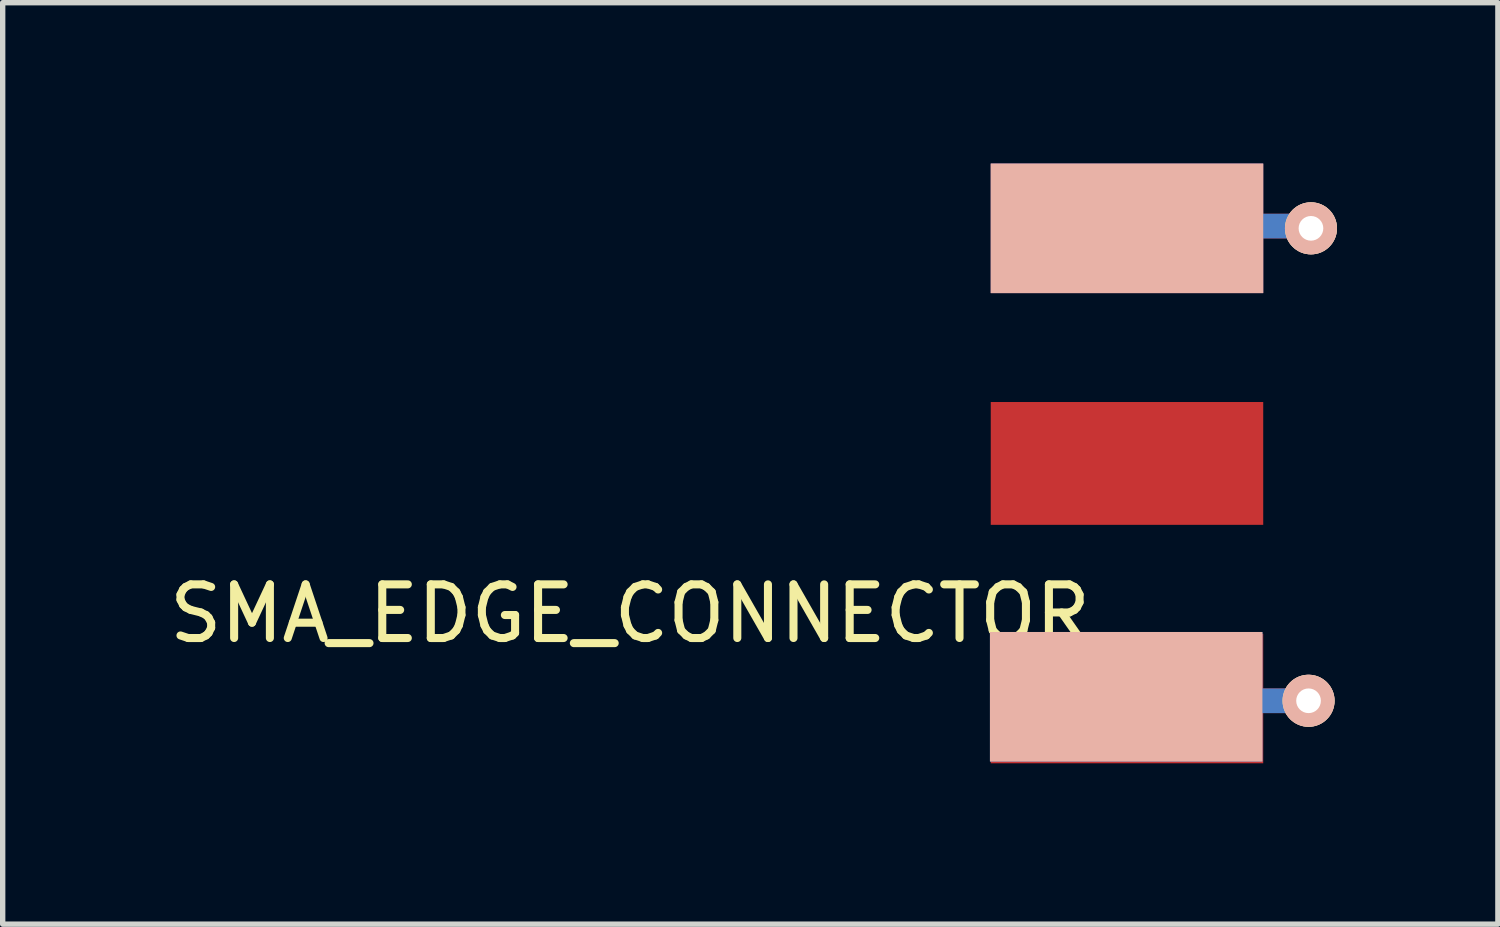
<source format=kicad_pcb>
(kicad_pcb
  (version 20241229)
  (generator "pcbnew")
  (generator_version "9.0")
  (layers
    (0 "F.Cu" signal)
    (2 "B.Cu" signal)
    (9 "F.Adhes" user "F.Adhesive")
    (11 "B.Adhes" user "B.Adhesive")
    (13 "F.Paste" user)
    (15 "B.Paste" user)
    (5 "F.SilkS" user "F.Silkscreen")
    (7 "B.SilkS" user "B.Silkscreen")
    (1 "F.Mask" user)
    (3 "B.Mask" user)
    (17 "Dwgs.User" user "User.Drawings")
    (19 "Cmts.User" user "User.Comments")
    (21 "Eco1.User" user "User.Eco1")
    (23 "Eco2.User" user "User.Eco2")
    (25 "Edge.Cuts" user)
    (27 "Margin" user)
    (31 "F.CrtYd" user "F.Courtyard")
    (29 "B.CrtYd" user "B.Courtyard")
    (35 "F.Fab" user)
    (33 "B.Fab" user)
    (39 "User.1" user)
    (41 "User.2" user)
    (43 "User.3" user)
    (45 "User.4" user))
  (footprint "SMA_EDGE_CONNECTOR"
    (layer "F.Cu")
    (at 15.421 5.59)
    (property "Reference" "SMA_EDGE_CONNECTOR" (at -6.725 2.8 0) (layer "F.SilkS") (effects (font (size 1 1) (thickness 0.15))))
    (attr through_hole)
    (pad "1" smd rect (at 2.54 0) (size 5.08 2.29) (layers "F.Cu" "F.Mask" "F.Paste"))
    (pad "2" smd rect (at 2.525 4.35) (size 5.08 2.415) (layers "B.Cu" "B.SilkS" "B.Adhes"))
    (pad "2" smd rect (at 2.54 -4.383) (size 5.08 2.415) (layers "F.Cu" "F.Mask" "F.Paste"))
    (pad "2" smd rect (at 2.54 -4.383) (size 5.08 2.415) (layers "B.Cu" "B.SilkS" "B.Adhes"))
    (pad "2" smd rect (at 2.54 4.383) (size 5.08 2.415) (layers "F.Cu" "F.Mask" "F.Paste"))
    (pad "2" smd rect (at 5.225 -4.425) (size 0.97 0.46) (layers "F.Cu" "F.Mask" "F.Paste"))
    (pad "2" smd rect (at 5.225 -4.425) (size 0.97 0.46) (layers "F.Mask" "B.Cu" "F.Paste"))
    (pad "2" smd rect (at 5.225 4.425) (size 0.97 0.46) (layers "F.Cu" "F.Mask" "F.Paste"))
    (pad "2" smd rect (at 5.225 4.425) (size 0.97 0.46) (layers "F.Mask" "B.Cu" "F.Paste"))
    (pad "2" thru_hole circle (at 5.925 4.425) (size 0.97 0.97) (drill 0.46) (layers "*.Cu" "*.SilkS" "*.Mask"))
    (pad "2" thru_hole circle (at 5.97 -4.383) (size 0.97 0.97) (drill 0.46) (layers "*.Cu" "*.SilkS" "*.Mask")))
  (gr_rect
    (start -3 -3)
    (end 24.876 14.18)
    (stroke (width 0.1) (type default))
    (fill no)
    (layer "Edge.Cuts")))
</source>
